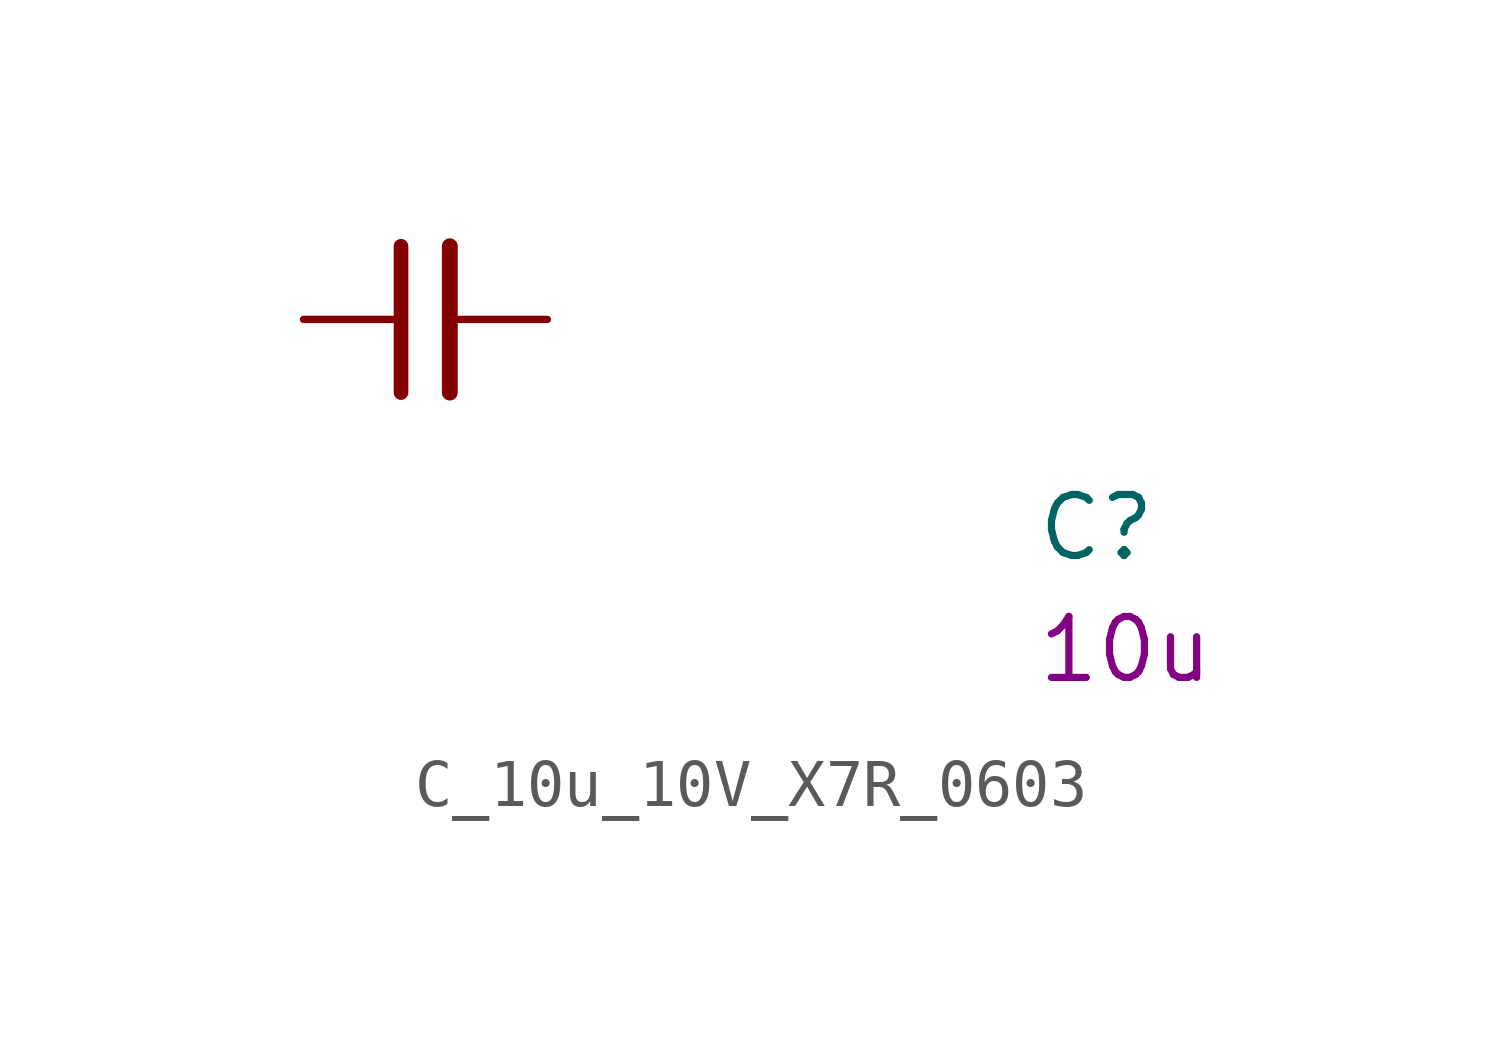
<source format=kicad_sym>
(kicad_symbol_lib
  (version 20220914)
  (generator kicad_symbol_editor)
  (symbol "C_10u_10V_X7R_0603"
    (pin_numbers hide)
    (pin_names hide)
    (property "Reference" "C"
      (at 15.24 -5.08 0)
      (effects (font (size 1.27 1.27) (thickness 0.15)) (justify left bottom)))
    (property "Val" "10u"
      (at 15.24 -7.62 0)
      (effects (font (size 1.27 1.27) (thickness 0.15)) (justify left bottom)))
    (symbol "C_10u_10V_X7R_0603_0_1"
      (polyline (pts (xy 2.032 -1.524) (xy 2.032 1.524)) (stroke (width 0.305) (type default)) (fill (type none)))
      (polyline (pts (xy 3.048 -1.524) (xy 3.048 1.524)) (stroke (width 0.33) (type default)) (fill (type none))))
    (symbol "C_10u_10V_X7R_0603_1_1"
      (pin passive line (at 0 0 0) (length 2.032) (name "~" (effects (font (size 1.27 1.27)))) (number "1" (effects (font (size 1.27 1.27)))))
      (pin passive line (at 5.08 0 180) (length 2.032) (name "~" (effects (font (size 1.27 1.27)))) (number "2" (effects (font (size 1.27 1.27))))))))
</source>
